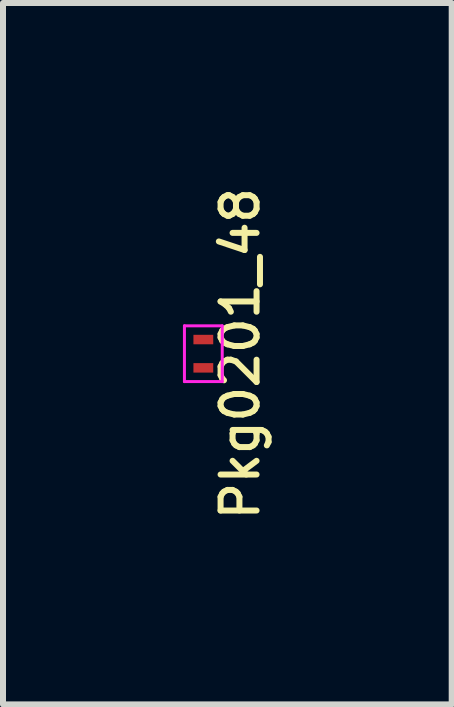
<source format=kicad_pcb>
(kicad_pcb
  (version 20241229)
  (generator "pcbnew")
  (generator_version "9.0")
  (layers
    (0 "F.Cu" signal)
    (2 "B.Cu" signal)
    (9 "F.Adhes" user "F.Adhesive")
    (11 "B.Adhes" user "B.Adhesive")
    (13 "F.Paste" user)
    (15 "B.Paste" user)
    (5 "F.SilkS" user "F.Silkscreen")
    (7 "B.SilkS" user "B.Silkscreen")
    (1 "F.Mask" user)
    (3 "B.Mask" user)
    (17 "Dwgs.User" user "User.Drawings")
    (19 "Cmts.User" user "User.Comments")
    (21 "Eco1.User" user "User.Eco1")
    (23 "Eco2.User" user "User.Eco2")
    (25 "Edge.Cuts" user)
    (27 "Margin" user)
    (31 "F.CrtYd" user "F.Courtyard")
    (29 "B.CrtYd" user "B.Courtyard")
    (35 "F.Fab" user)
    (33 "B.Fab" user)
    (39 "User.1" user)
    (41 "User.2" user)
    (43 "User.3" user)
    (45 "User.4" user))
  (footprint "Pkg0201_48"
    (layer "F.Cu")
    (at 0.34 2.847)
    (property "Reference" "Pkg0201_48" (at 0.615 0 90) (layer "F.SilkS") (effects (font (size 0.6 0.6) (thickness 0.1))))
    (fp_line (start -0.315 -0.465) (end -0.315 0.465) (stroke (width 0.05) (type solid)) (layer "F.CrtYd"))
    (fp_line (start -0.315 0.465) (end 0.315 0.465) (stroke (width 0.05) (type solid)) (layer "F.CrtYd"))
    (fp_line (start 0.315 -0.465) (end -0.315 -0.465) (stroke (width 0.05) (type solid)) (layer "F.CrtYd"))
    (fp_line (start 0.315 0.465) (end 0.315 -0.465) (stroke (width 0.05) (type solid)) (layer "F.CrtYd"))
    (pad "1" smd rect (at 0 -0.236) (size 0.33 0.158) (layers "F.Cu" "F.Mask" "F.Paste"))
    (pad "2" smd rect (at 0 0.236) (size 0.33 0.158) (layers "F.Cu" "F.Mask" "F.Paste")))
  (gr_rect
    (start -3 -3)
    (end 4.481 8.694)
    (stroke (width 0.1) (type default))
    (fill no)
    (layer "Edge.Cuts")))
</source>
